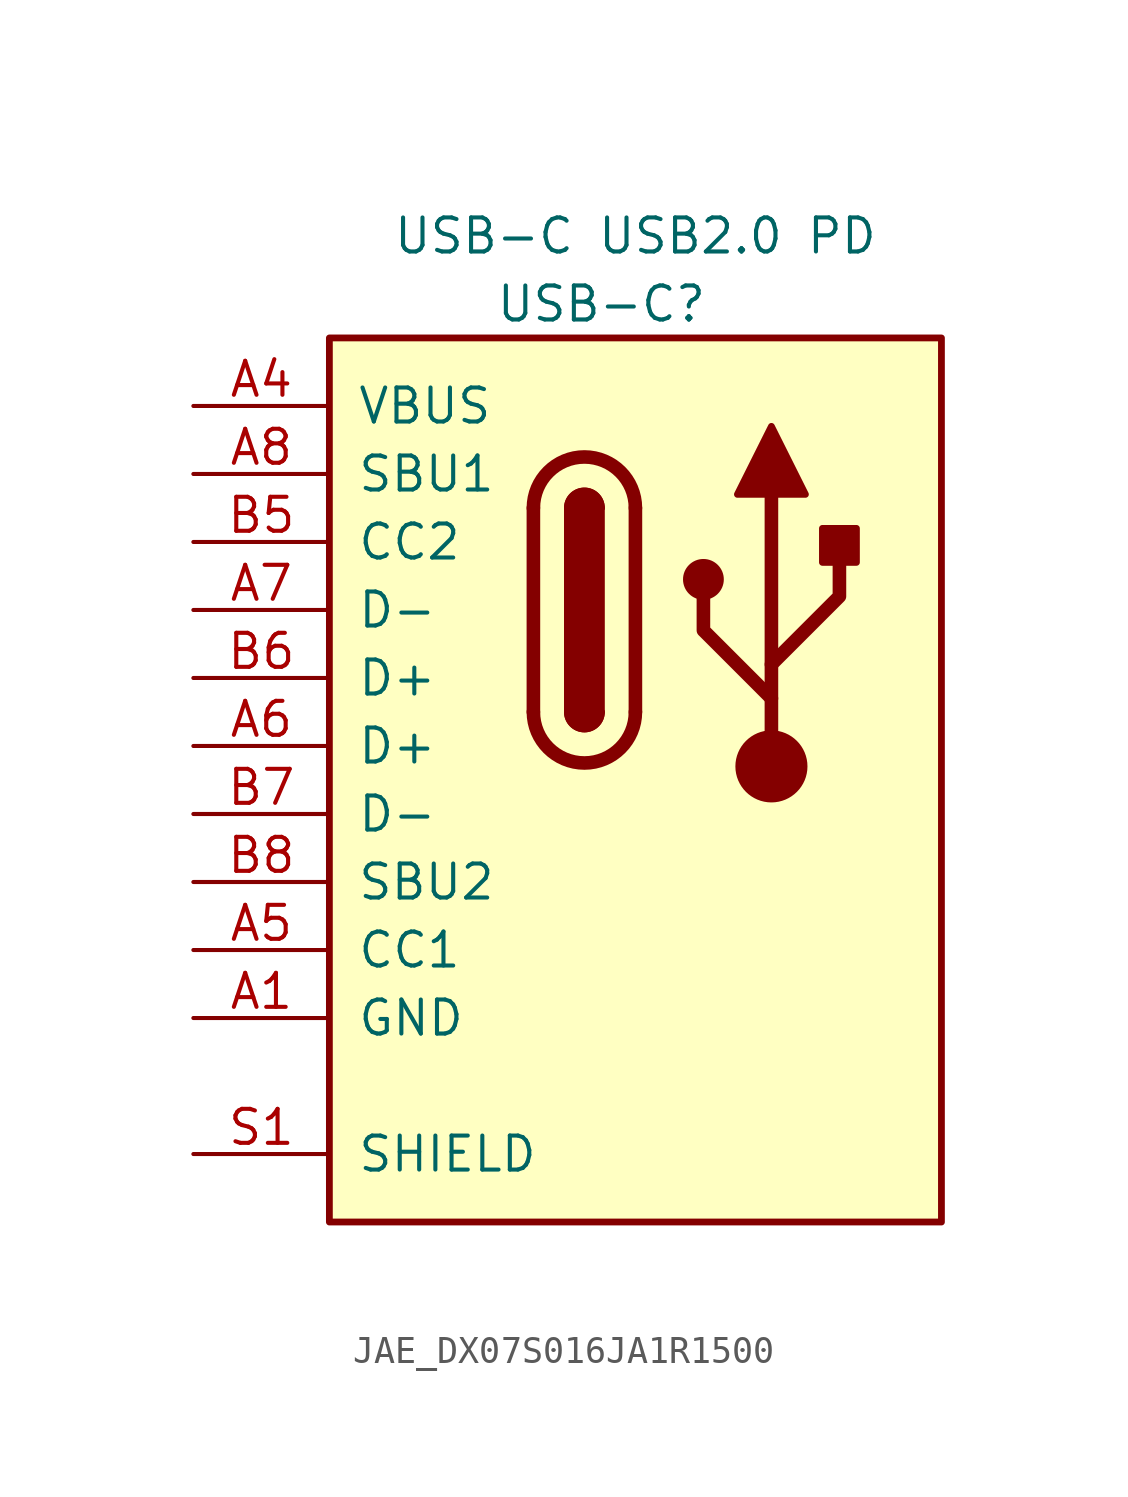
<source format=kicad_sym>
(kicad_symbol_lib
  (version 20220914)
  (generator kicad_symbol_editor)
  (symbol "JAE_DX07S016JA1R1500"
    (pin_names
      (offset 1.016))
    (property "Reference" "USB-C"
      (at -1.27 10.16 0)
      (effects (font (size 1.27 1.27))))
    (property "Value" "USB-C USB2.0 PD"
      (at 0 12.7 0)
      (effects (font (size 1.27 1.27))))
    (symbol "JAE_DX07S016JA1R1500_0_1"
      (rectangle (start -11.43 8.89) (end 11.43 -24.13) (stroke (width 0.254) (type default)) (fill (type background)))
      (arc (start -3.81 -5.08) (mid -1.905 -6.9767) (end 0 -5.08) (stroke (width 0.508) (type default)) (fill (type none)))
      (arc (start -2.54 -5.08) (mid -1.905 -5.7123) (end -1.27 -5.08) (stroke (width 0.254) (type default)) (fill (type none)))
      (arc (start -2.54 -5.08) (mid -1.905 -5.7123) (end -1.27 -5.08) (stroke (width 0.254) (type default)) (fill (type outline)))
      (rectangle (start -2.54 -5.08) (end -1.27 2.54) (stroke (width 0.254) (type default)) (fill (type outline)))
      (arc (start -1.27 2.54) (mid -1.905 3.1723) (end -2.54 2.54) (stroke (width 0.254) (type default)) (fill (type none)))
      (arc (start -1.27 2.54) (mid -1.905 3.1723) (end -2.54 2.54) (stroke (width 0.254) (type default)) (fill (type outline)))
      (polyline (pts (xy -3.81 -5.08) (xy -3.81 2.54)) (stroke (width 0.508) (type default)) (fill (type none)))
      (polyline (pts (xy 0 2.54) (xy 0 -5.08)) (stroke (width 0.508) (type default)) (fill (type none)))
      (polyline (pts (xy 5.08 -7.112) (xy 5.08 3.048)) (stroke (width 0.508) (type default)) (fill (type none)))
      (polyline (pts (xy 5.08 -4.572) (xy 2.54 -2.032) (xy 2.54 -0.762)) (stroke (width 0.508) (type default)) (fill (type none)))
      (polyline (pts (xy 5.08 -3.302) (xy 7.62 -0.762) (xy 7.62 0.508)) (stroke (width 0.508) (type default)) (fill (type none)))
      (polyline (pts (xy 3.81 3.048) (xy 5.08 5.588) (xy 6.35 3.048) (xy 3.81 3.048)) (stroke (width 0.254) (type default)) (fill (type outline)))
      (arc (start 0 2.54) (mid -1.905 4.4367) (end -3.81 2.54) (stroke (width 0.508) (type default)) (fill (type none)))
      (circle (center 2.54 -0.127) (radius 0.635) (stroke (width 0.254) (type default)) (fill (type outline)))
      (circle (center 5.08 -7.112) (radius 1.27) (stroke (width 0) (type default)) (fill (type outline)))
      (rectangle (start 6.985 0.508) (end 8.255 1.778) (stroke (width 0.254) (type default)) (fill (type outline))))
    (symbol "JAE_DX07S016JA1R1500_1_1"
      (pin power_in line (at -16.51 -16.51 0) (length 5.08) (name "GND" (effects (font (size 1.27 1.27)))) (number "A1" (effects (font (size 1.27 1.27)))))
      (pin passive line (at -16.51 -16.51 0) (length 5.08) hide (name "GND" (effects (font (size 1.27 1.27)))) (number "A12" (effects (font (size 1.27 1.27)))))
      (pin power_in line (at -16.51 6.35 0) (length 5.08) (name "VBUS" (effects (font (size 1.27 1.27)))) (number "A4" (effects (font (size 1.27 1.27)))))
      (pin bidirectional line (at -16.51 -13.97 0) (length 5.08) (name "CC1" (effects (font (size 1.27 1.27)))) (number "A5" (effects (font (size 1.27 1.27)))))
      (pin bidirectional line (at -16.51 -6.35 0) (length 5.08) (name "D+" (effects (font (size 1.27 1.27)))) (number "A6" (effects (font (size 1.27 1.27)))))
      (pin bidirectional line (at -16.51 -1.27 0) (length 5.08) (name "D-" (effects (font (size 1.27 1.27)))) (number "A7" (effects (font (size 1.27 1.27)))))
      (pin bidirectional line (at -16.51 3.81 0) (length 5.08) (name "SBU1" (effects (font (size 1.27 1.27)))) (number "A8" (effects (font (size 1.27 1.27)))))
      (pin passive line (at -16.51 6.35 0) (length 5.08) hide (name "VBUS" (effects (font (size 1.27 1.27)))) (number "A9" (effects (font (size 1.27 1.27)))))
      (pin passive line (at -16.51 -16.51 0) (length 5.08) hide (name "GND" (effects (font (size 1.27 1.27)))) (number "B1" (effects (font (size 1.27 1.27)))))
      (pin passive line (at -16.51 -16.51 0) (length 5.08) hide (name "GND" (effects (font (size 1.27 1.27)))) (number "B12" (effects (font (size 1.27 1.27)))))
      (pin passive line (at -16.51 6.35 0) (length 5.08) hide (name "VBUS" (effects (font (size 1.27 1.27)))) (number "B4" (effects (font (size 1.27 1.27)))))
      (pin bidirectional line (at -16.51 1.27 0) (length 5.08) (name "CC2" (effects (font (size 1.27 1.27)))) (number "B5" (effects (font (size 1.27 1.27)))))
      (pin bidirectional line (at -16.51 -3.81 0) (length 5.08) (name "D+" (effects (font (size 1.27 1.27)))) (number "B6" (effects (font (size 1.27 1.27)))))
      (pin bidirectional line (at -16.51 -8.89 0) (length 5.08) (name "D-" (effects (font (size 1.27 1.27)))) (number "B7" (effects (font (size 1.27 1.27)))))
      (pin bidirectional line (at -16.51 -11.43 0) (length 5.08) (name "SBU2" (effects (font (size 1.27 1.27)))) (number "B8" (effects (font (size 1.27 1.27)))))
      (pin passive line (at -16.51 6.35 0) (length 5.08) hide (name "VBUS" (effects (font (size 1.27 1.27)))) (number "B9" (effects (font (size 1.27 1.27)))))
      (pin passive line (at -16.51 -21.59 0) (length 5.08) (name "SHIELD" (effects (font (size 1.27 1.27)))) (number "S1" (effects (font (size 1.27 1.27)))))
      (pin passive line (at -16.51 -21.59 0) (length 5.08) hide (name "SHIELD" (effects (font (size 1.27 1.27)))) (number "S2" (effects (font (size 1.27 1.27)))))
      (pin passive line (at -16.51 -21.59 0) (length 5.08) hide (name "SHIELD" (effects (font (size 1.27 1.27)))) (number "S3" (effects (font (size 1.27 1.27)))))
      (pin passive line (at -16.51 -21.59 0) (length 5.08) hide (name "SHIELD" (effects (font (size 1.27 1.27)))) (number "S4" (effects (font (size 1.27 1.27)))))
      (pin passive line (at -16.51 -21.59 0) (length 5.08) hide (name "SHIELD" (effects (font (size 1.27 1.27)))) (number "S5" (effects (font (size 1.27 1.27)))))
      (pin passive line (at -16.51 -21.59 0) (length 5.08) hide (name "SHIELD" (effects (font (size 1.27 1.27)))) (number "S6" (effects (font (size 1.27 1.27))))))))
</source>
